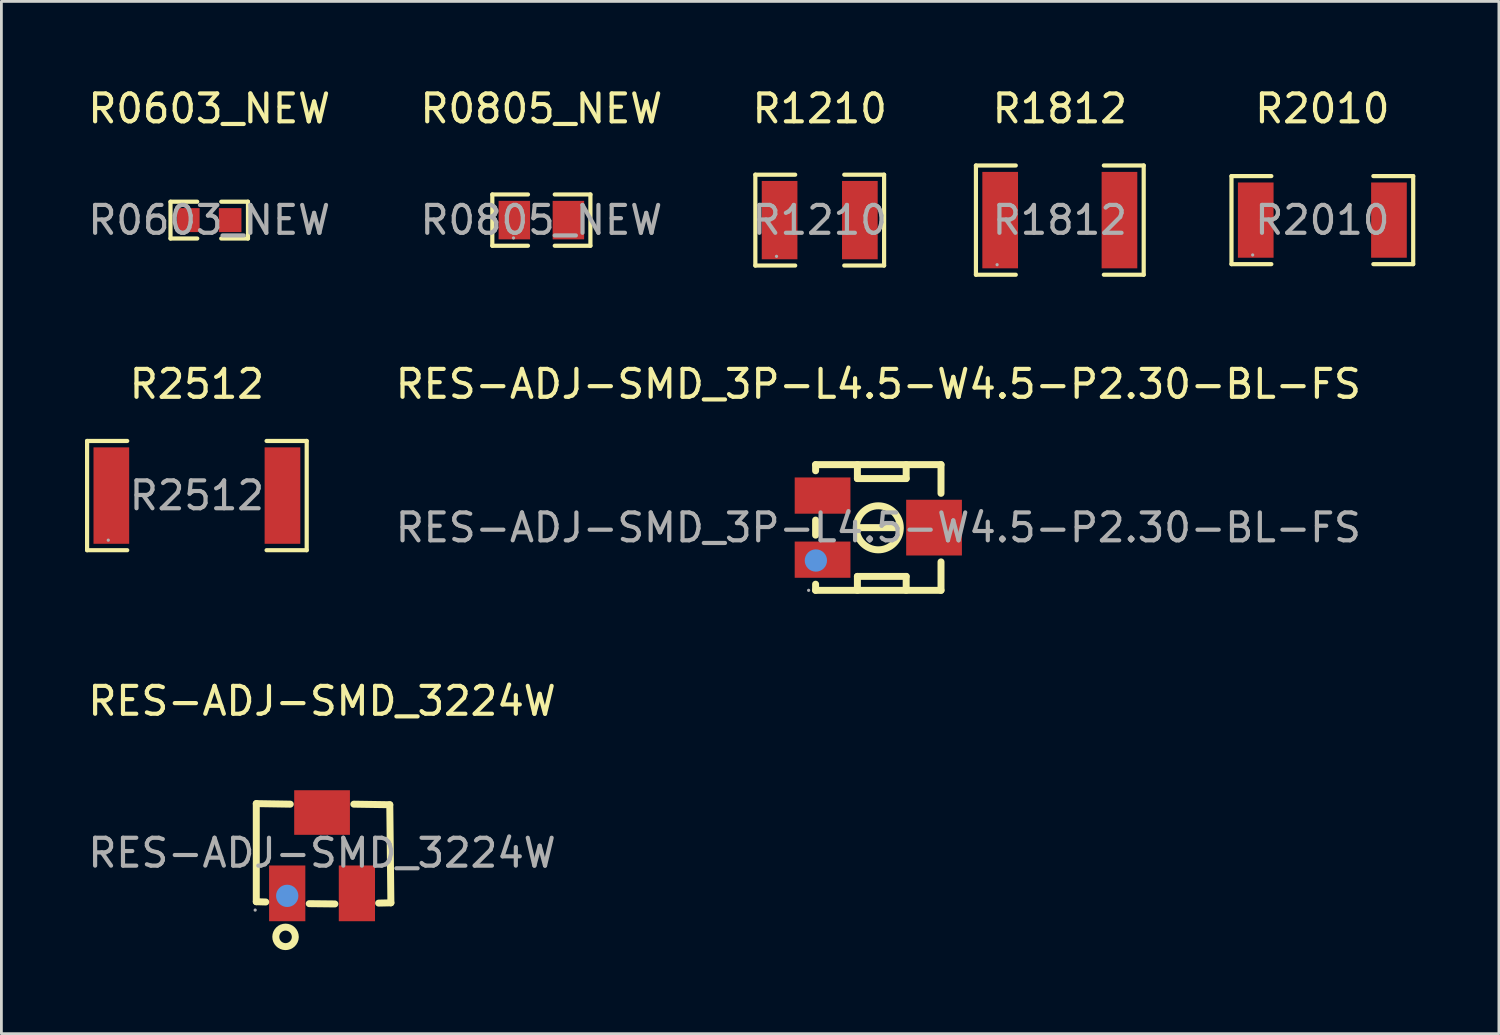
<source format=kicad_pcb>
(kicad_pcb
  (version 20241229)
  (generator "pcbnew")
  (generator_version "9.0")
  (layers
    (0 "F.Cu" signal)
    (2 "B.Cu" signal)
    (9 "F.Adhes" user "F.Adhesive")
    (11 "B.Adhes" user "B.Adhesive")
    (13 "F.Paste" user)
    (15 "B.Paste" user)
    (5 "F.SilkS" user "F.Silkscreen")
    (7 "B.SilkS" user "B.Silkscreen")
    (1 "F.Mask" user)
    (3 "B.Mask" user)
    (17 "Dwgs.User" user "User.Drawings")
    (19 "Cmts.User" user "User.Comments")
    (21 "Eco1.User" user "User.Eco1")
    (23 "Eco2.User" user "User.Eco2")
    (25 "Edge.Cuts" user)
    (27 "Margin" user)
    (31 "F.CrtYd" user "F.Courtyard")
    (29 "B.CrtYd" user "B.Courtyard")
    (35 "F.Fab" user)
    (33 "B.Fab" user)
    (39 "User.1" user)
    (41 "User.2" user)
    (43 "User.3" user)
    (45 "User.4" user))
  (footprint "R0805_NEW"
    (layer "F.Cu")
    (at 16.375 4.848)
    (property "Reference" "R0805_NEW" (at 0 -4 0) (layer "F.SilkS") (effects (font (size 1 1) (thickness 0.15))))
    (attr through_hole)
    (fp_line (start -1.76 -0.92) (end -0.48 -0.92) (stroke (width 0.15) (type solid)) (layer "F.SilkS"))
    (fp_line (start -1.76 0.92) (end -1.76 -0.92) (stroke (width 0.15) (type solid)) (layer "F.SilkS"))
    (fp_line (start -0.48 0.92) (end -1.76 0.92) (stroke (width 0.15) (type solid)) (layer "F.SilkS"))
    (fp_line (start 0.48 0.92) (end 1.76 0.92) (stroke (width 0.15) (type solid)) (layer "F.SilkS"))
    (fp_line (start 1.76 -0.92) (end 0.48 -0.92) (stroke (width 0.15) (type solid)) (layer "F.SilkS"))
    (fp_line (start 1.76 0.92) (end 1.76 -0.92) (stroke (width 0.15) (type solid)) (layer "F.SilkS"))
    (fp_circle (center -1 0.64) (end -0.97 0.64) (stroke (width 0.06) (type solid)) (fill no) (layer "F.Fab"))
    (fp_text user "${REFERENCE}" (at 0 0 0) (layer "F.Fab") (effects (font (size 1 1) (thickness 0.15))))
    (pad "1" smd rect (at -0.97 0) (size 1.13 1.38) (layers "F.Cu" "F.Mask" "F.Paste"))
    (pad "2" smd rect (at 0.97 0) (size 1.13 1.38) (layers "F.Cu" "F.Mask" "F.Paste")))
  (footprint "R2010"
    (layer "F.Cu")
    (at 44.398 4.848)
    (property "Reference" "R2010" (at 0 -4 0) (layer "F.SilkS") (effects (font (size 1 1) (thickness 0.15))))
    (attr through_hole)
    (fp_line (start -3.26 -1.58) (end -1.83 -1.58) (stroke (width 0.15) (type solid)) (layer "F.SilkS"))
    (fp_line (start -3.26 1.58) (end -3.26 -1.58) (stroke (width 0.15) (type solid)) (layer "F.SilkS"))
    (fp_line (start -1.83 1.58) (end -3.26 1.58) (stroke (width 0.15) (type solid)) (layer "F.SilkS"))
    (fp_line (start 1.83 1.58) (end 3.26 1.58) (stroke (width 0.15) (type solid)) (layer "F.SilkS"))
    (fp_line (start 3.26 -1.58) (end 1.83 -1.58) (stroke (width 0.15) (type solid)) (layer "F.SilkS"))
    (fp_line (start 3.26 1.58) (end 3.26 -1.58) (stroke (width 0.15) (type solid)) (layer "F.SilkS"))
    (fp_circle (center -2.5 1.25) (end -2.47 1.25) (stroke (width 0.06) (type solid)) (fill no) (layer "F.Fab"))
    (fp_text user "${REFERENCE}" (at 0 0 0) (layer "F.Fab") (effects (font (size 1 1) (thickness 0.15))))
    (pad "1" smd rect (at -2.39 0) (size 1.28 2.7) (layers "F.Cu" "F.Mask" "F.Paste"))
    (pad "2" smd rect (at 2.39 0) (size 1.28 2.7) (layers "F.Cu" "F.Mask" "F.Paste")))
  (footprint "R1812"
    (layer "F.Cu")
    (at 34.978 4.848)
    (property "Reference" "R1812" (at 0 -4 0) (layer "F.SilkS") (effects (font (size 1 1) (thickness 0.15))))
    (attr through_hole)
    (fp_line (start -3.01 -1.96) (end -1.58 -1.96) (stroke (width 0.15) (type solid)) (layer "F.SilkS"))
    (fp_line (start -3.01 1.96) (end -3.01 -1.96) (stroke (width 0.15) (type solid)) (layer "F.SilkS"))
    (fp_line (start -1.58 1.96) (end -3.01 1.96) (stroke (width 0.15) (type solid)) (layer "F.SilkS"))
    (fp_line (start 1.58 1.96) (end 3.01 1.96) (stroke (width 0.15) (type solid)) (layer "F.SilkS"))
    (fp_line (start 3.01 -1.96) (end 1.58 -1.96) (stroke (width 0.15) (type solid)) (layer "F.SilkS"))
    (fp_line (start 3.01 1.96) (end 3.01 -1.96) (stroke (width 0.15) (type solid)) (layer "F.SilkS"))
    (fp_circle (center -2.25 1.6) (end -2.22 1.6) (stroke (width 0.06) (type solid)) (fill no) (layer "F.Fab"))
    (fp_text user "${REFERENCE}" (at 0 0 0) (layer "F.Fab") (effects (font (size 1 1) (thickness 0.15))))
    (pad "1" smd rect (at -2.14 0) (size 1.28 3.46) (layers "F.Cu" "F.Mask" "F.Paste"))
    (pad "2" smd rect (at 2.14 0) (size 1.28 3.46) (layers "F.Cu" "F.Mask" "F.Paste")))
  (footprint "R0603_NEW"
    (layer "F.Cu")
    (at 4.458 4.848)
    (property "Reference" "R0603_NEW" (at 0 -4 0) (layer "F.SilkS") (effects (font (size 1 1) (thickness 0.15))))
    (attr through_hole)
    (fp_line (start -1.39 -0.66) (end -0.43 -0.66) (stroke (width 0.15) (type solid)) (layer "F.SilkS"))
    (fp_line (start -1.39 0.66) (end -1.39 -0.66) (stroke (width 0.15) (type solid)) (layer "F.SilkS"))
    (fp_line (start -0.43 0.66) (end -1.39 0.66) (stroke (width 0.15) (type solid)) (layer "F.SilkS"))
    (fp_line (start 0.43 0.66) (end 1.39 0.66) (stroke (width 0.15) (type solid)) (layer "F.SilkS"))
    (fp_line (start 1.39 -0.66) (end 0.43 -0.66) (stroke (width 0.15) (type solid)) (layer "F.SilkS"))
    (fp_line (start 1.39 0.66) (end 1.39 -0.66) (stroke (width 0.15) (type solid)) (layer "F.SilkS"))
    (fp_circle (center -0.8 0.4) (end -0.77 0.4) (stroke (width 0.06) (type solid)) (fill no) (layer "F.Fab"))
    (fp_text user "${REFERENCE}" (at 0 0 0) (layer "F.Fab") (effects (font (size 1 1) (thickness 0.15))))
    (pad "1" smd rect (at -0.75 0) (size 0.81 0.86) (layers "F.Cu" "F.Mask" "F.Paste"))
    (pad "2" smd rect (at 0.75 0) (size 0.81 0.86) (layers "F.Cu" "F.Mask" "F.Paste")))
  (footprint "R2512"
    (layer "F.Cu")
    (at 4.015 14.732)
    (property "Reference" "R2512" (at 0 -4 0) (layer "F.SilkS") (effects (font (size 1 1) (thickness 0.15))))
    (attr through_hole)
    (fp_line (start -3.94 -1.96) (end -2.5 -1.96) (stroke (width 0.15) (type solid)) (layer "F.SilkS"))
    (fp_line (start -3.94 1.96) (end -3.94 -1.96) (stroke (width 0.15) (type solid)) (layer "F.SilkS"))
    (fp_line (start -2.5 1.96) (end -3.94 1.96) (stroke (width 0.15) (type solid)) (layer "F.SilkS"))
    (fp_line (start 2.5 1.96) (end 3.94 1.96) (stroke (width 0.15) (type solid)) (layer "F.SilkS"))
    (fp_line (start 3.94 -1.96) (end 2.5 -1.96) (stroke (width 0.15) (type solid)) (layer "F.SilkS"))
    (fp_line (start 3.94 1.96) (end 3.94 -1.96) (stroke (width 0.15) (type solid)) (layer "F.SilkS"))
    (fp_circle (center -3.18 1.6) (end -3.15 1.6) (stroke (width 0.06) (type solid)) (fill no) (layer "F.Fab"))
    (fp_text user "${REFERENCE}" (at 0 0 0) (layer "F.Fab") (effects (font (size 1 1) (thickness 0.15))))
    (pad "1" smd rect (at -3.07 0) (size 1.28 3.46) (layers "F.Cu" "F.Mask" "F.Paste"))
    (pad "2" smd rect (at 3.07 0) (size 1.28 3.46) (layers "F.Cu" "F.Mask" "F.Paste")))
  (footprint "R1210"
    (layer "F.Cu")
    (at 26.363 4.848)
    (property "Reference" "R1210" (at 0 -4 0) (layer "F.SilkS") (effects (font (size 1 1) (thickness 0.15))))
    (attr through_hole)
    (fp_line (start -2.31 -1.63) (end -0.88 -1.63) (stroke (width 0.15) (type solid)) (layer "F.SilkS"))
    (fp_line (start -2.31 1.63) (end -2.31 -1.63) (stroke (width 0.15) (type solid)) (layer "F.SilkS"))
    (fp_line (start -0.88 1.63) (end -2.31 1.63) (stroke (width 0.15) (type solid)) (layer "F.SilkS"))
    (fp_line (start 0.88 1.63) (end 2.31 1.63) (stroke (width 0.15) (type solid)) (layer "F.SilkS"))
    (fp_line (start 2.31 -1.63) (end 0.88 -1.63) (stroke (width 0.15) (type solid)) (layer "F.SilkS"))
    (fp_line (start 2.31 1.63) (end 2.31 -1.63) (stroke (width 0.15) (type solid)) (layer "F.SilkS"))
    (fp_circle (center -1.55 1.3) (end -1.52 1.3) (stroke (width 0.06) (type solid)) (fill no) (layer "F.Fab"))
    (fp_text user "${REFERENCE}" (at 0 0 0) (layer "F.Fab") (effects (font (size 1 1) (thickness 0.15))))
    (pad "1" smd rect (at -1.44 0) (size 1.28 2.81) (layers "F.Cu" "F.Mask" "F.Paste"))
    (pad "2" smd rect (at 1.44 0) (size 1.28 2.81) (layers "F.Cu" "F.Mask" "F.Paste")))
  (footprint "RES-ADJ-SMD_3224W"
    (layer "F.Cu")
    (at 8.506 27.555)
    (property "Reference" "RES-ADJ-SMD_3224W" (at 0 -5.45 0) (layer "F.SilkS") (effects (font (size 1 1) (thickness 0.15))))
    (attr through_hole)
    (fp_line (start -2.36 -1.77) (end -2.36 1.75) (stroke (width 0.25) (type solid)) (layer "F.SilkS"))
    (fp_line (start -2.36 1.75) (end -2.02 1.76) (stroke (width 0.25) (type solid)) (layer "F.SilkS"))
    (fp_line (start -1.14 -1.75) (end -2.36 -1.77) (stroke (width 0.25) (type solid)) (layer "F.SilkS"))
    (fp_line (start -0.46 1.82) (end 0.46 1.83) (stroke (width 0.25) (type solid)) (layer "F.SilkS"))
    (fp_line (start 1.14 -1.75) (end 2.43 -1.73) (stroke (width 0.25) (type solid)) (layer "F.SilkS"))
    (fp_line (start 2.43 -1.73) (end 2.47 1.79) (stroke (width 0.25) (type solid)) (layer "F.SilkS"))
    (fp_line (start 2.47 1.79) (end 2.03 1.8) (stroke (width 0.25) (type solid)) (layer "F.SilkS"))
    (fp_arc (start -0.96 3.02) (mid -1.660107 3.00501) (end -0.959857 3.009979) (stroke (width 0.25) (type solid)) (layer "F.SilkS"))
    (fp_circle (center -1.25 1.54) (end -1.05 1.54) (stroke (width 0.4) (type solid)) (fill no) (layer "Cmts.User"))
    (fp_circle (center -2.4 2.05) (end -2.37 2.05) (stroke (width 0.06) (type solid)) (fill no) (layer "F.Fab"))
    (fp_text user "${REFERENCE}" (at 0 0 0) (layer "F.Fab") (effects (font (size 1 1) (thickness 0.15))))
    (pad "1" smd rect (at -1.25 1.45 270) (size 2 1.3) (layers "F.Cu" "F.Mask" "F.Paste"))
    (pad "2" smd rect (at 0 -1.45 270) (size 1.6 2) (layers "F.Cu" "F.Mask" "F.Paste"))
    (pad "3" smd rect (at 1.25 1.45 270) (size 2 1.3) (layers "F.Cu" "F.Mask" "F.Paste")))
  (footprint "RES-ADJ-SMD_3P-L4.5-W4.5-P2.30-BL-FS"
    (layer "F.Cu")
    (at 28.465 15.882)
    (property "Reference" "RES-ADJ-SMD_3P-L4.5-W4.5-P2.30-BL-FS" (at 0 -5.15 0) (layer "F.SilkS") (effects (font (size 1 1) (thickness 0.15))))
    (attr through_hole)
    (fp_line (start -2.25 -2.26) (end -2.25 -2.04) (stroke (width 0.25) (type solid)) (layer "F.SilkS"))
    (fp_line (start -2.25 -2.26) (end 2.25 -2.26) (stroke (width 0.25) (type solid)) (layer "F.SilkS"))
    (fp_line (start -2.25 -0.27) (end -2.25 0.27) (stroke (width 0.25) (type solid)) (layer "F.SilkS"))
    (fp_line (start -2.25 2.03) (end -2.25 2.25) (stroke (width 0.25) (type solid)) (layer "F.SilkS"))
    (fp_line (start -2.25 2.25) (end 2.25 2.25) (stroke (width 0.25) (type solid)) (layer "F.SilkS"))
    (fp_line (start -0.75 -1.76) (end -0.75 -2.26) (stroke (width 0.25) (type solid)) (layer "F.SilkS"))
    (fp_line (start -0.75 0) (end 0.75 0) (stroke (width 0.25) (type solid)) (layer "F.SilkS"))
    (fp_line (start -0.75 1.75) (end 1 1.75) (stroke (width 0.25) (type solid)) (layer "F.SilkS"))
    (fp_line (start -0.75 2.25) (end -0.75 1.75) (stroke (width 0.25) (type solid)) (layer "F.SilkS"))
    (fp_line (start 1 -2.26) (end 1 -1.76) (stroke (width 0.25) (type solid)) (layer "F.SilkS"))
    (fp_line (start 1 -1.76) (end -0.75 -1.76) (stroke (width 0.25) (type solid)) (layer "F.SilkS"))
    (fp_line (start 1 1.75) (end 1 2.25) (stroke (width 0.25) (type solid)) (layer "F.SilkS"))
    (fp_line (start 2.25 -1.23) (end 2.25 -2.26) (stroke (width 0.25) (type solid)) (layer "F.SilkS"))
    (fp_line (start 2.25 2.25) (end 2.25 1.23) (stroke (width 0.25) (type solid)) (layer "F.SilkS"))
    (fp_arc (start 0.79 0.02) (mid -0.790048 0.005033) (end 0.790063 0.009934) (stroke (width 0.25) (type solid)) (layer "F.SilkS"))
    (fp_circle (center -2.24 1.18) (end -2.04 1.18) (stroke (width 0.4) (type solid)) (fill no) (layer "Cmts.User"))
    (fp_circle (center -2.5 2.25) (end -2.47 2.25) (stroke (width 0.06) (type solid)) (fill no) (layer "F.Fab"))
    (fp_text user "${REFERENCE}" (at 0 0 0) (layer "F.Fab") (effects (font (size 1 1) (thickness 0.15))))
    (pad "1" smd rect (at -2 1.15) (size 2 1.3) (layers "F.Cu" "F.Mask" "F.Paste"))
    (pad "2" smd rect (at 2 0 270) (size 2 2) (layers "F.Cu" "F.Mask" "F.Paste"))
    (pad "3" smd rect (at -2 -1.15) (size 2 1.3) (layers "F.Cu" "F.Mask" "F.Paste")))
  (gr_rect
    (start -3 -3)
    (end 50.733 34.04)
    (stroke (width 0.1) (type default))
    (fill no)
    (layer "Edge.Cuts")))
</source>
